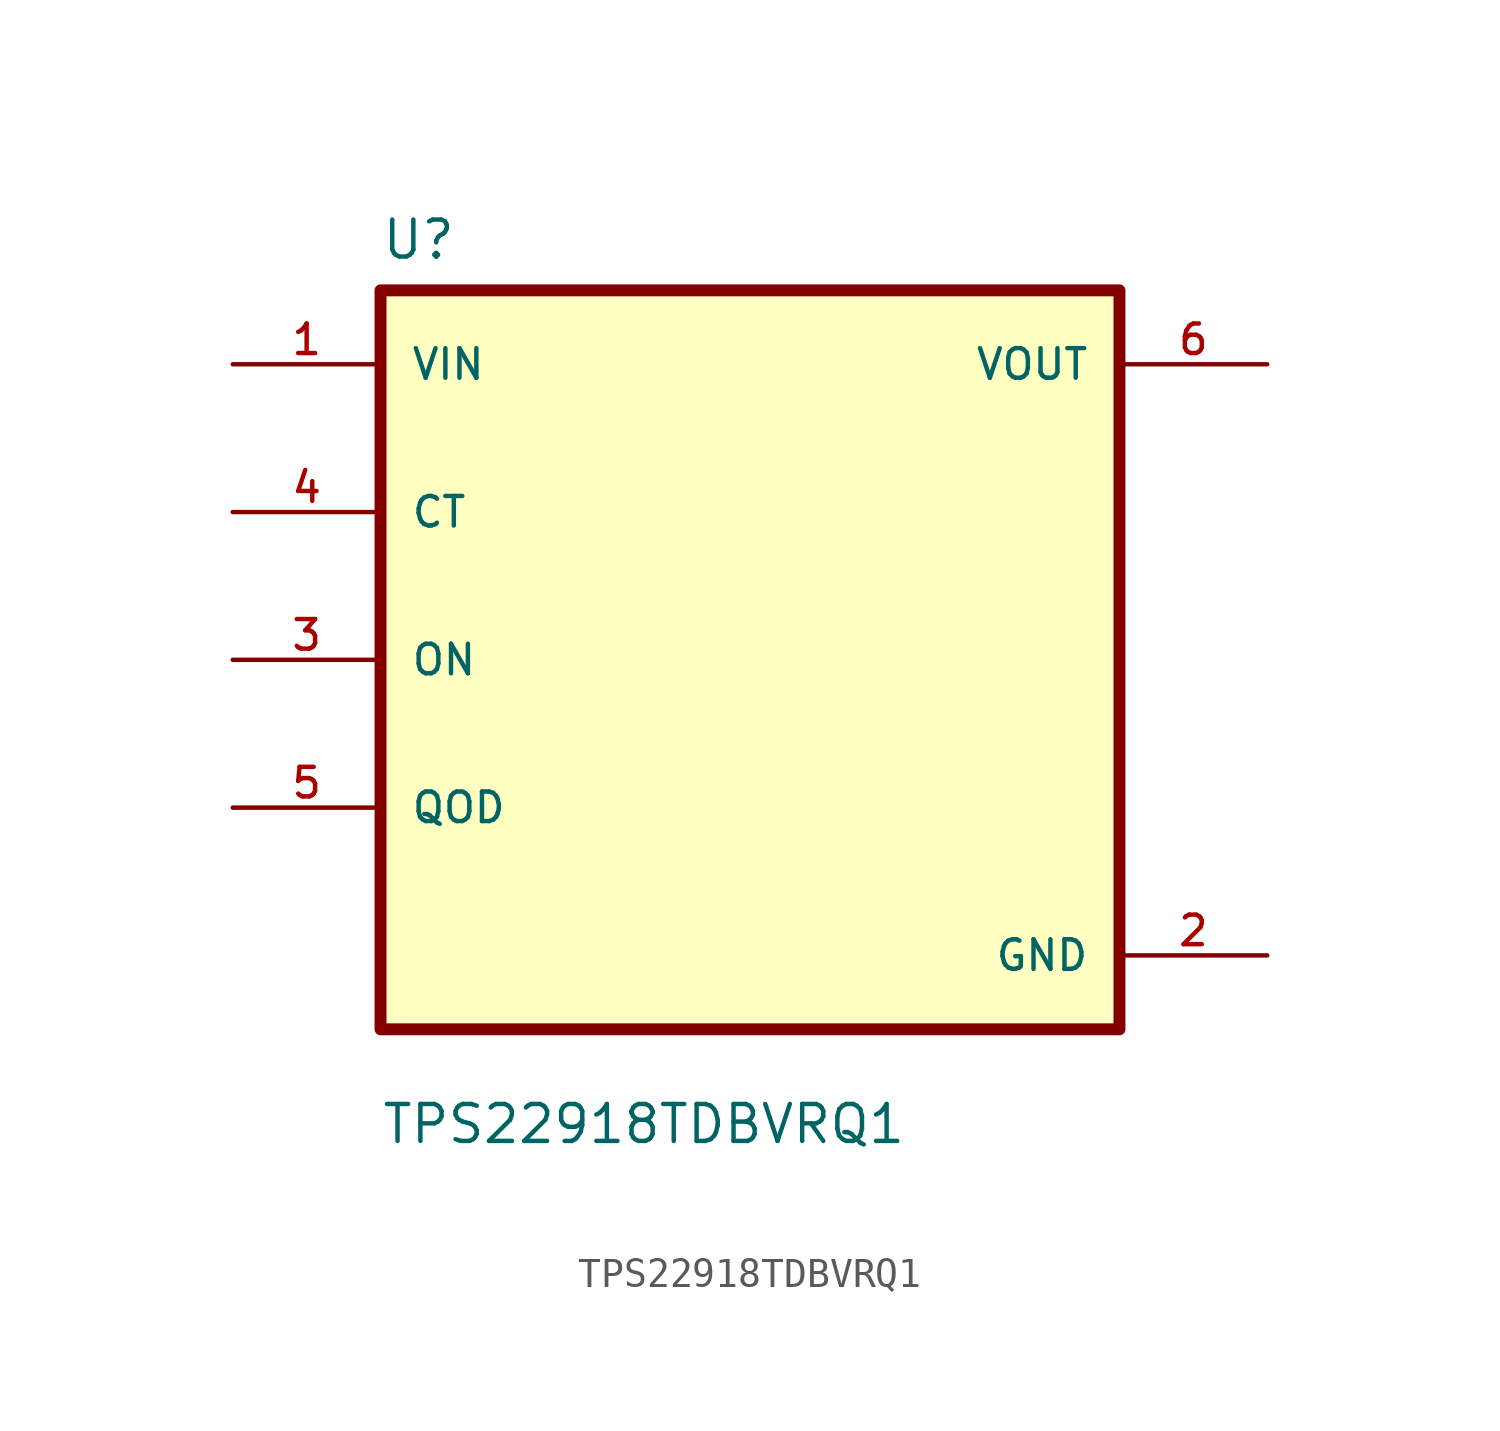
<source format=kicad_sym>
(kicad_symbol_lib
  (version 20211014)
  (generator kicad_symbol_editor)
  (symbol "TPS22918TDBVRQ1"
    (pin_names
      (offset 1.016))
    (property "Reference" "U"
      (at -12.7 13.7 0.0)
      (effects (font (size 1.27 1.27)) (justify bottom left)))
    (property "Value" "TPS22918TDBVRQ1"
      (at -12.7 -16.7 0.0)
      (effects (font (size 1.27 1.27)) (justify bottom left)))
    (symbol "TPS22918TDBVRQ1_0_0"
      (rectangle (start -12.7 -12.7) (end 12.7 12.7) (stroke (width 0.41)) (fill (type background)))
      (pin input line (at -17.78 10.16 0) (length 5.08) (name "VIN" (effects (font (size 1.016 1.016)))) (number "1" (effects (font (size 1.016 1.016)))))
      (pin bidirectional line (at -17.78 5.08 0) (length 5.08) (name "CT" (effects (font (size 1.016 1.016)))) (number "4" (effects (font (size 1.016 1.016)))))
      (pin bidirectional line (at -17.78 0.0 0) (length 5.08) (name "ON" (effects (font (size 1.016 1.016)))) (number "3" (effects (font (size 1.016 1.016)))))
      (pin bidirectional line (at -17.78 -5.08 0) (length 5.08) (name "QOD" (effects (font (size 1.016 1.016)))) (number "5" (effects (font (size 1.016 1.016)))))
      (pin output line (at 17.78 10.16 180.0) (length 5.08) (name "VOUT" (effects (font (size 1.016 1.016)))) (number "6" (effects (font (size 1.016 1.016)))))
      (pin power_in line (at 17.78 -10.16 180.0) (length 5.08) (name "GND" (effects (font (size 1.016 1.016)))) (number "2" (effects (font (size 1.016 1.016))))))))
</source>
